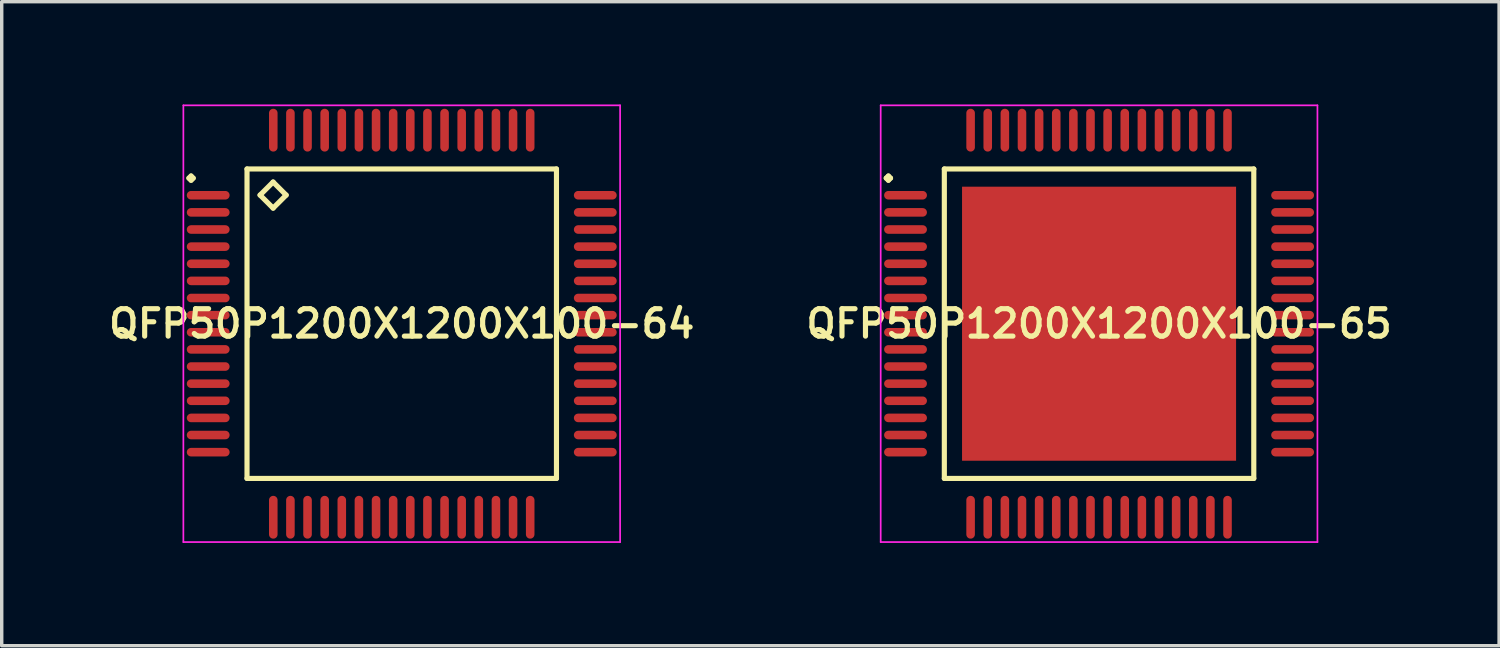
<source format=kicad_pcb>
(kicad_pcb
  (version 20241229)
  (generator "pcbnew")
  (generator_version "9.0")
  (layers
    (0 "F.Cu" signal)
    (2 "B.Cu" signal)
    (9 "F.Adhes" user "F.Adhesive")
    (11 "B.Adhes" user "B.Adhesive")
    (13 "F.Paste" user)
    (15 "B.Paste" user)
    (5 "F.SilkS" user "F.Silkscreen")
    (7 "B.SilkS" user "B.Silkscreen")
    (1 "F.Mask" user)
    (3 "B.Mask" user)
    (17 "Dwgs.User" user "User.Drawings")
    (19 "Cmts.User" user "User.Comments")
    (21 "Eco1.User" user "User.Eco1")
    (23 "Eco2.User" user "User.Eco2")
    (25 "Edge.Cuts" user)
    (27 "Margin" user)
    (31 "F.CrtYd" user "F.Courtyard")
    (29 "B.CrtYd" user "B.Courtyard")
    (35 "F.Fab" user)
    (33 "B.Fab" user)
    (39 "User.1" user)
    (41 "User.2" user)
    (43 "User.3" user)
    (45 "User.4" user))
  (footprint "QFP50P1200X1200X100-65"
    (layer "F.Cu")
    (at 29.035 6.4)
    (property "Reference" "QFP50P1200X1200X100-65" (at 0 0 0) (layer "F.SilkS") (effects (font (size 0.8 0.8) (thickness 0.15))))
    (attr smd)
    (fp_line (start -6.213 -4.25) (end -6.15 -4.312) (stroke (width 0.15) (type solid)) (layer "F.SilkS"))
    (fp_line (start -6.15 -4.312) (end -6.088 -4.25) (stroke (width 0.15) (type solid)) (layer "F.SilkS"))
    (fp_line (start -6.15 -4.188) (end -6.213 -4.25) (stroke (width 0.15) (type solid)) (layer "F.SilkS"))
    (fp_line (start -6.088 -4.25) (end -6.15 -4.188) (stroke (width 0.15) (type solid)) (layer "F.SilkS"))
    (fp_line (start -4.517 -4.517) (end -4.517 4.517) (stroke (width 0.15) (type solid)) (layer "F.SilkS"))
    (fp_line (start -4.517 4.517) (end 4.517 4.517) (stroke (width 0.15) (type solid)) (layer "F.SilkS"))
    (fp_line (start 4.517 -4.517) (end -4.517 -4.517) (stroke (width 0.15) (type solid)) (layer "F.SilkS"))
    (fp_line (start 4.517 4.517) (end 4.517 -4.517) (stroke (width 0.15) (type solid)) (layer "F.SilkS"))
    (fp_line (start -6.375 -6.375) (end 6.375 -6.375) (stroke (width 0.05) (type solid)) (layer "F.CrtYd"))
    (fp_line (start -6.375 6.375) (end -6.375 -6.375) (stroke (width 0.05) (type solid)) (layer "F.CrtYd"))
    (fp_line (start 6.375 -6.375) (end 6.375 6.375) (stroke (width 0.05) (type solid)) (layer "F.CrtYd"))
    (fp_line (start 6.375 6.375) (end -6.375 6.375) (stroke (width 0.05) (type solid)) (layer "F.CrtYd"))
    (pad "1" smd oval (at -5.65 -3.75) (size 1.25 0.25) (layers "F.Cu" "F.Mask" "F.Paste"))
    (pad "2" smd oval (at -5.65 -3.25) (size 1.25 0.25) (layers "F.Cu" "F.Mask" "F.Paste"))
    (pad "3" smd oval (at -5.65 -2.75) (size 1.25 0.25) (layers "F.Cu" "F.Mask" "F.Paste"))
    (pad "4" smd oval (at -5.65 -2.25) (size 1.25 0.25) (layers "F.Cu" "F.Mask" "F.Paste"))
    (pad "5" smd oval (at -5.65 -1.75) (size 1.25 0.25) (layers "F.Cu" "F.Mask" "F.Paste"))
    (pad "6" smd oval (at -5.65 -1.25) (size 1.25 0.25) (layers "F.Cu" "F.Mask" "F.Paste"))
    (pad "7" smd oval (at -5.65 -0.75) (size 1.25 0.25) (layers "F.Cu" "F.Mask" "F.Paste"))
    (pad "8" smd oval (at -5.65 -0.25) (size 1.25 0.25) (layers "F.Cu" "F.Mask" "F.Paste"))
    (pad "9" smd oval (at -5.65 0.25) (size 1.25 0.25) (layers "F.Cu" "F.Mask" "F.Paste"))
    (pad "10" smd oval (at -5.65 0.75) (size 1.25 0.25) (layers "F.Cu" "F.Mask" "F.Paste"))
    (pad "11" smd oval (at -5.65 1.25) (size 1.25 0.25) (layers "F.Cu" "F.Mask" "F.Paste"))
    (pad "12" smd oval (at -5.65 1.75) (size 1.25 0.25) (layers "F.Cu" "F.Mask" "F.Paste"))
    (pad "13" smd oval (at -5.65 2.25) (size 1.25 0.25) (layers "F.Cu" "F.Mask" "F.Paste"))
    (pad "14" smd oval (at -5.65 2.75) (size 1.25 0.25) (layers "F.Cu" "F.Mask" "F.Paste"))
    (pad "15" smd oval (at -5.65 3.25) (size 1.25 0.25) (layers "F.Cu" "F.Mask" "F.Paste"))
    (pad "16" smd oval (at -5.65 3.75) (size 1.25 0.25) (layers "F.Cu" "F.Mask" "F.Paste"))
    (pad "17" smd oval (at -3.75 5.65) (size 0.25 1.25) (layers "F.Cu" "F.Mask" "F.Paste"))
    (pad "18" smd oval (at -3.25 5.65) (size 0.25 1.25) (layers "F.Cu" "F.Mask" "F.Paste"))
    (pad "19" smd oval (at -2.75 5.65) (size 0.25 1.25) (layers "F.Cu" "F.Mask" "F.Paste"))
    (pad "20" smd oval (at -2.25 5.65) (size 0.25 1.25) (layers "F.Cu" "F.Mask" "F.Paste"))
    (pad "21" smd oval (at -1.75 5.65) (size 0.25 1.25) (layers "F.Cu" "F.Mask" "F.Paste"))
    (pad "22" smd oval (at -1.25 5.65) (size 0.25 1.25) (layers "F.Cu" "F.Mask" "F.Paste"))
    (pad "23" smd oval (at -0.75 5.65) (size 0.25 1.25) (layers "F.Cu" "F.Mask" "F.Paste"))
    (pad "24" smd oval (at -0.25 5.65) (size 0.25 1.25) (layers "F.Cu" "F.Mask" "F.Paste"))
    (pad "25" smd oval (at 0.25 5.65) (size 0.25 1.25) (layers "F.Cu" "F.Mask" "F.Paste"))
    (pad "26" smd oval (at 0.75 5.65) (size 0.25 1.25) (layers "F.Cu" "F.Mask" "F.Paste"))
    (pad "27" smd oval (at 1.25 5.65) (size 0.25 1.25) (layers "F.Cu" "F.Mask" "F.Paste"))
    (pad "28" smd oval (at 1.75 5.65) (size 0.25 1.25) (layers "F.Cu" "F.Mask" "F.Paste"))
    (pad "29" smd oval (at 2.25 5.65) (size 0.25 1.25) (layers "F.Cu" "F.Mask" "F.Paste"))
    (pad "30" smd oval (at 2.75 5.65) (size 0.25 1.25) (layers "F.Cu" "F.Mask" "F.Paste"))
    (pad "31" smd oval (at 3.25 5.65) (size 0.25 1.25) (layers "F.Cu" "F.Mask" "F.Paste"))
    (pad "32" smd oval (at 3.75 5.65) (size 0.25 1.25) (layers "F.Cu" "F.Mask" "F.Paste"))
    (pad "33" smd oval (at 5.65 3.75) (size 1.25 0.25) (layers "F.Cu" "F.Mask" "F.Paste"))
    (pad "34" smd oval (at 5.65 3.25) (size 1.25 0.25) (layers "F.Cu" "F.Mask" "F.Paste"))
    (pad "35" smd oval (at 5.65 2.75) (size 1.25 0.25) (layers "F.Cu" "F.Mask" "F.Paste"))
    (pad "36" smd oval (at 5.65 2.25) (size 1.25 0.25) (layers "F.Cu" "F.Mask" "F.Paste"))
    (pad "37" smd oval (at 5.65 1.75) (size 1.25 0.25) (layers "F.Cu" "F.Mask" "F.Paste"))
    (pad "38" smd oval (at 5.65 1.25) (size 1.25 0.25) (layers "F.Cu" "F.Mask" "F.Paste"))
    (pad "39" smd oval (at 5.65 0.75) (size 1.25 0.25) (layers "F.Cu" "F.Mask" "F.Paste"))
    (pad "40" smd oval (at 5.65 0.25) (size 1.25 0.25) (layers "F.Cu" "F.Mask" "F.Paste"))
    (pad "41" smd oval (at 5.65 -0.25) (size 1.25 0.25) (layers "F.Cu" "F.Mask" "F.Paste"))
    (pad "42" smd oval (at 5.65 -0.75) (size 1.25 0.25) (layers "F.Cu" "F.Mask" "F.Paste"))
    (pad "43" smd oval (at 5.65 -1.25) (size 1.25 0.25) (layers "F.Cu" "F.Mask" "F.Paste"))
    (pad "44" smd oval (at 5.65 -1.75) (size 1.25 0.25) (layers "F.Cu" "F.Mask" "F.Paste"))
    (pad "45" smd oval (at 5.65 -2.25) (size 1.25 0.25) (layers "F.Cu" "F.Mask" "F.Paste"))
    (pad "46" smd oval (at 5.65 -2.75) (size 1.25 0.25) (layers "F.Cu" "F.Mask" "F.Paste"))
    (pad "47" smd oval (at 5.65 -3.25) (size 1.25 0.25) (layers "F.Cu" "F.Mask" "F.Paste"))
    (pad "48" smd oval (at 5.65 -3.75) (size 1.25 0.25) (layers "F.Cu" "F.Mask" "F.Paste"))
    (pad "49" smd oval (at 3.75 -5.65) (size 0.25 1.25) (layers "F.Cu" "F.Mask" "F.Paste"))
    (pad "50" smd oval (at 3.25 -5.65) (size 0.25 1.25) (layers "F.Cu" "F.Mask" "F.Paste"))
    (pad "51" smd oval (at 2.75 -5.65) (size 0.25 1.25) (layers "F.Cu" "F.Mask" "F.Paste"))
    (pad "52" smd oval (at 2.25 -5.65) (size 0.25 1.25) (layers "F.Cu" "F.Mask" "F.Paste"))
    (pad "53" smd oval (at 1.75 -5.65) (size 0.25 1.25) (layers "F.Cu" "F.Mask" "F.Paste"))
    (pad "54" smd oval (at 1.25 -5.65) (size 0.25 1.25) (layers "F.Cu" "F.Mask" "F.Paste"))
    (pad "55" smd oval (at 0.75 -5.65) (size 0.25 1.25) (layers "F.Cu" "F.Mask" "F.Paste"))
    (pad "56" smd oval (at 0.25 -5.65) (size 0.25 1.25) (layers "F.Cu" "F.Mask" "F.Paste"))
    (pad "57" smd oval (at -0.25 -5.65) (size 0.25 1.25) (layers "F.Cu" "F.Mask" "F.Paste"))
    (pad "58" smd oval (at -0.75 -5.65) (size 0.25 1.25) (layers "F.Cu" "F.Mask" "F.Paste"))
    (pad "59" smd oval (at -1.25 -5.65) (size 0.25 1.25) (layers "F.Cu" "F.Mask" "F.Paste"))
    (pad "60" smd oval (at -1.75 -5.65) (size 0.25 1.25) (layers "F.Cu" "F.Mask" "F.Paste"))
    (pad "61" smd oval (at -2.25 -5.65) (size 0.25 1.25) (layers "F.Cu" "F.Mask" "F.Paste"))
    (pad "62" smd oval (at -2.75 -5.65) (size 0.25 1.25) (layers "F.Cu" "F.Mask" "F.Paste"))
    (pad "63" smd oval (at -3.25 -5.65) (size 0.25 1.25) (layers "F.Cu" "F.Mask" "F.Paste"))
    (pad "64" smd oval (at -3.75 -5.65) (size 0.25 1.25) (layers "F.Cu" "F.Mask" "F.Paste"))
    (pad "65" smd rect (at 0 0) (size 8 8) (layers "F.Cu" "F.Mask" "F.Paste")))
  (footprint "QFP50P1200X1200X100-64"
    (layer "F.Cu")
    (at 8.678 6.4)
    (property "Reference" "QFP50P1200X1200X100-64" (at 0 0 0) (layer "F.SilkS") (effects (font (size 0.8 0.8) (thickness 0.15))))
    (attr smd)
    (fp_line (start -6.213 -4.25) (end -6.15 -4.312) (stroke (width 0.15) (type solid)) (layer "F.SilkS"))
    (fp_line (start -6.15 -4.312) (end -6.088 -4.25) (stroke (width 0.15) (type solid)) (layer "F.SilkS"))
    (fp_line (start -6.15 -4.188) (end -6.213 -4.25) (stroke (width 0.15) (type solid)) (layer "F.SilkS"))
    (fp_line (start -6.088 -4.25) (end -6.15 -4.188) (stroke (width 0.15) (type solid)) (layer "F.SilkS"))
    (fp_line (start -4.517 -4.517) (end -4.517 4.517) (stroke (width 0.15) (type solid)) (layer "F.SilkS"))
    (fp_line (start -4.517 4.517) (end 4.517 4.517) (stroke (width 0.15) (type solid)) (layer "F.SilkS"))
    (fp_line (start -4.136 -3.755) (end -3.755 -4.136) (stroke (width 0.15) (type solid)) (layer "F.SilkS"))
    (fp_line (start -3.755 -4.136) (end -3.374 -3.755) (stroke (width 0.15) (type solid)) (layer "F.SilkS"))
    (fp_line (start -3.755 -3.374) (end -4.136 -3.755) (stroke (width 0.15) (type solid)) (layer "F.SilkS"))
    (fp_line (start -3.374 -3.755) (end -3.755 -3.374) (stroke (width 0.15) (type solid)) (layer "F.SilkS"))
    (fp_line (start 4.517 -4.517) (end -4.517 -4.517) (stroke (width 0.15) (type solid)) (layer "F.SilkS"))
    (fp_line (start 4.517 4.517) (end 4.517 -4.517) (stroke (width 0.15) (type solid)) (layer "F.SilkS"))
    (fp_line (start -6.375 -6.375) (end 6.375 -6.375) (stroke (width 0.05) (type solid)) (layer "F.CrtYd"))
    (fp_line (start -6.375 6.375) (end -6.375 -6.375) (stroke (width 0.05) (type solid)) (layer "F.CrtYd"))
    (fp_line (start 6.375 -6.375) (end 6.375 6.375) (stroke (width 0.05) (type solid)) (layer "F.CrtYd"))
    (fp_line (start 6.375 6.375) (end -6.375 6.375) (stroke (width 0.05) (type solid)) (layer "F.CrtYd"))
    (pad "1" smd oval (at -5.65 -3.75) (size 1.25 0.25) (layers "F.Cu" "F.Mask" "F.Paste"))
    (pad "2" smd oval (at -5.65 -3.25) (size 1.25 0.25) (layers "F.Cu" "F.Mask" "F.Paste"))
    (pad "3" smd oval (at -5.65 -2.75) (size 1.25 0.25) (layers "F.Cu" "F.Mask" "F.Paste"))
    (pad "4" smd oval (at -5.65 -2.25) (size 1.25 0.25) (layers "F.Cu" "F.Mask" "F.Paste"))
    (pad "5" smd oval (at -5.65 -1.75) (size 1.25 0.25) (layers "F.Cu" "F.Mask" "F.Paste"))
    (pad "6" smd oval (at -5.65 -1.25) (size 1.25 0.25) (layers "F.Cu" "F.Mask" "F.Paste"))
    (pad "7" smd oval (at -5.65 -0.75) (size 1.25 0.25) (layers "F.Cu" "F.Mask" "F.Paste"))
    (pad "8" smd oval (at -5.65 -0.25) (size 1.25 0.25) (layers "F.Cu" "F.Mask" "F.Paste"))
    (pad "9" smd oval (at -5.65 0.25) (size 1.25 0.25) (layers "F.Cu" "F.Mask" "F.Paste"))
    (pad "10" smd oval (at -5.65 0.75) (size 1.25 0.25) (layers "F.Cu" "F.Mask" "F.Paste"))
    (pad "11" smd oval (at -5.65 1.25) (size 1.25 0.25) (layers "F.Cu" "F.Mask" "F.Paste"))
    (pad "12" smd oval (at -5.65 1.75) (size 1.25 0.25) (layers "F.Cu" "F.Mask" "F.Paste"))
    (pad "13" smd oval (at -5.65 2.25) (size 1.25 0.25) (layers "F.Cu" "F.Mask" "F.Paste"))
    (pad "14" smd oval (at -5.65 2.75) (size 1.25 0.25) (layers "F.Cu" "F.Mask" "F.Paste"))
    (pad "15" smd oval (at -5.65 3.25) (size 1.25 0.25) (layers "F.Cu" "F.Mask" "F.Paste"))
    (pad "16" smd oval (at -5.65 3.75) (size 1.25 0.25) (layers "F.Cu" "F.Mask" "F.Paste"))
    (pad "17" smd oval (at -3.75 5.65) (size 0.25 1.25) (layers "F.Cu" "F.Mask" "F.Paste"))
    (pad "18" smd oval (at -3.25 5.65) (size 0.25 1.25) (layers "F.Cu" "F.Mask" "F.Paste"))
    (pad "19" smd oval (at -2.75 5.65) (size 0.25 1.25) (layers "F.Cu" "F.Mask" "F.Paste"))
    (pad "20" smd oval (at -2.25 5.65) (size 0.25 1.25) (layers "F.Cu" "F.Mask" "F.Paste"))
    (pad "21" smd oval (at -1.75 5.65) (size 0.25 1.25) (layers "F.Cu" "F.Mask" "F.Paste"))
    (pad "22" smd oval (at -1.25 5.65) (size 0.25 1.25) (layers "F.Cu" "F.Mask" "F.Paste"))
    (pad "23" smd oval (at -0.75 5.65) (size 0.25 1.25) (layers "F.Cu" "F.Mask" "F.Paste"))
    (pad "24" smd oval (at -0.25 5.65) (size 0.25 1.25) (layers "F.Cu" "F.Mask" "F.Paste"))
    (pad "25" smd oval (at 0.25 5.65) (size 0.25 1.25) (layers "F.Cu" "F.Mask" "F.Paste"))
    (pad "26" smd oval (at 0.75 5.65) (size 0.25 1.25) (layers "F.Cu" "F.Mask" "F.Paste"))
    (pad "27" smd oval (at 1.25 5.65) (size 0.25 1.25) (layers "F.Cu" "F.Mask" "F.Paste"))
    (pad "28" smd oval (at 1.75 5.65) (size 0.25 1.25) (layers "F.Cu" "F.Mask" "F.Paste"))
    (pad "29" smd oval (at 2.25 5.65) (size 0.25 1.25) (layers "F.Cu" "F.Mask" "F.Paste"))
    (pad "30" smd oval (at 2.75 5.65) (size 0.25 1.25) (layers "F.Cu" "F.Mask" "F.Paste"))
    (pad "31" smd oval (at 3.25 5.65) (size 0.25 1.25) (layers "F.Cu" "F.Mask" "F.Paste"))
    (pad "32" smd oval (at 3.75 5.65) (size 0.25 1.25) (layers "F.Cu" "F.Mask" "F.Paste"))
    (pad "33" smd oval (at 5.65 3.75) (size 1.25 0.25) (layers "F.Cu" "F.Mask" "F.Paste"))
    (pad "34" smd oval (at 5.65 3.25) (size 1.25 0.25) (layers "F.Cu" "F.Mask" "F.Paste"))
    (pad "35" smd oval (at 5.65 2.75) (size 1.25 0.25) (layers "F.Cu" "F.Mask" "F.Paste"))
    (pad "36" smd oval (at 5.65 2.25) (size 1.25 0.25) (layers "F.Cu" "F.Mask" "F.Paste"))
    (pad "37" smd oval (at 5.65 1.75) (size 1.25 0.25) (layers "F.Cu" "F.Mask" "F.Paste"))
    (pad "38" smd oval (at 5.65 1.25) (size 1.25 0.25) (layers "F.Cu" "F.Mask" "F.Paste"))
    (pad "39" smd oval (at 5.65 0.75) (size 1.25 0.25) (layers "F.Cu" "F.Mask" "F.Paste"))
    (pad "40" smd oval (at 5.65 0.25) (size 1.25 0.25) (layers "F.Cu" "F.Mask" "F.Paste"))
    (pad "41" smd oval (at 5.65 -0.25) (size 1.25 0.25) (layers "F.Cu" "F.Mask" "F.Paste"))
    (pad "42" smd oval (at 5.65 -0.75) (size 1.25 0.25) (layers "F.Cu" "F.Mask" "F.Paste"))
    (pad "43" smd oval (at 5.65 -1.25) (size 1.25 0.25) (layers "F.Cu" "F.Mask" "F.Paste"))
    (pad "44" smd oval (at 5.65 -1.75) (size 1.25 0.25) (layers "F.Cu" "F.Mask" "F.Paste"))
    (pad "45" smd oval (at 5.65 -2.25) (size 1.25 0.25) (layers "F.Cu" "F.Mask" "F.Paste"))
    (pad "46" smd oval (at 5.65 -2.75) (size 1.25 0.25) (layers "F.Cu" "F.Mask" "F.Paste"))
    (pad "47" smd oval (at 5.65 -3.25) (size 1.25 0.25) (layers "F.Cu" "F.Mask" "F.Paste"))
    (pad "48" smd oval (at 5.65 -3.75) (size 1.25 0.25) (layers "F.Cu" "F.Mask" "F.Paste"))
    (pad "49" smd oval (at 3.75 -5.65) (size 0.25 1.25) (layers "F.Cu" "F.Mask" "F.Paste"))
    (pad "50" smd oval (at 3.25 -5.65) (size 0.25 1.25) (layers "F.Cu" "F.Mask" "F.Paste"))
    (pad "51" smd oval (at 2.75 -5.65) (size 0.25 1.25) (layers "F.Cu" "F.Mask" "F.Paste"))
    (pad "52" smd oval (at 2.25 -5.65) (size 0.25 1.25) (layers "F.Cu" "F.Mask" "F.Paste"))
    (pad "53" smd oval (at 1.75 -5.65) (size 0.25 1.25) (layers "F.Cu" "F.Mask" "F.Paste"))
    (pad "54" smd oval (at 1.25 -5.65) (size 0.25 1.25) (layers "F.Cu" "F.Mask" "F.Paste"))
    (pad "55" smd oval (at 0.75 -5.65) (size 0.25 1.25) (layers "F.Cu" "F.Mask" "F.Paste"))
    (pad "56" smd oval (at 0.25 -5.65) (size 0.25 1.25) (layers "F.Cu" "F.Mask" "F.Paste"))
    (pad "57" smd oval (at -0.25 -5.65) (size 0.25 1.25) (layers "F.Cu" "F.Mask" "F.Paste"))
    (pad "58" smd oval (at -0.75 -5.65) (size 0.25 1.25) (layers "F.Cu" "F.Mask" "F.Paste"))
    (pad "59" smd oval (at -1.25 -5.65) (size 0.25 1.25) (layers "F.Cu" "F.Mask" "F.Paste"))
    (pad "60" smd oval (at -1.75 -5.65) (size 0.25 1.25) (layers "F.Cu" "F.Mask" "F.Paste"))
    (pad "61" smd oval (at -2.25 -5.65) (size 0.25 1.25) (layers "F.Cu" "F.Mask" "F.Paste"))
    (pad "62" smd oval (at -2.75 -5.65) (size 0.25 1.25) (layers "F.Cu" "F.Mask" "F.Paste"))
    (pad "63" smd oval (at -3.25 -5.65) (size 0.25 1.25) (layers "F.Cu" "F.Mask" "F.Paste"))
    (pad "64" smd oval (at -3.75 -5.65) (size 0.25 1.25) (layers "F.Cu" "F.Mask" "F.Paste")))
  (gr_rect
    (start -3 -3)
    (end 40.713 15.8)
    (stroke (width 0.1) (type default))
    (fill no)
    (layer "Edge.Cuts")))
</source>
